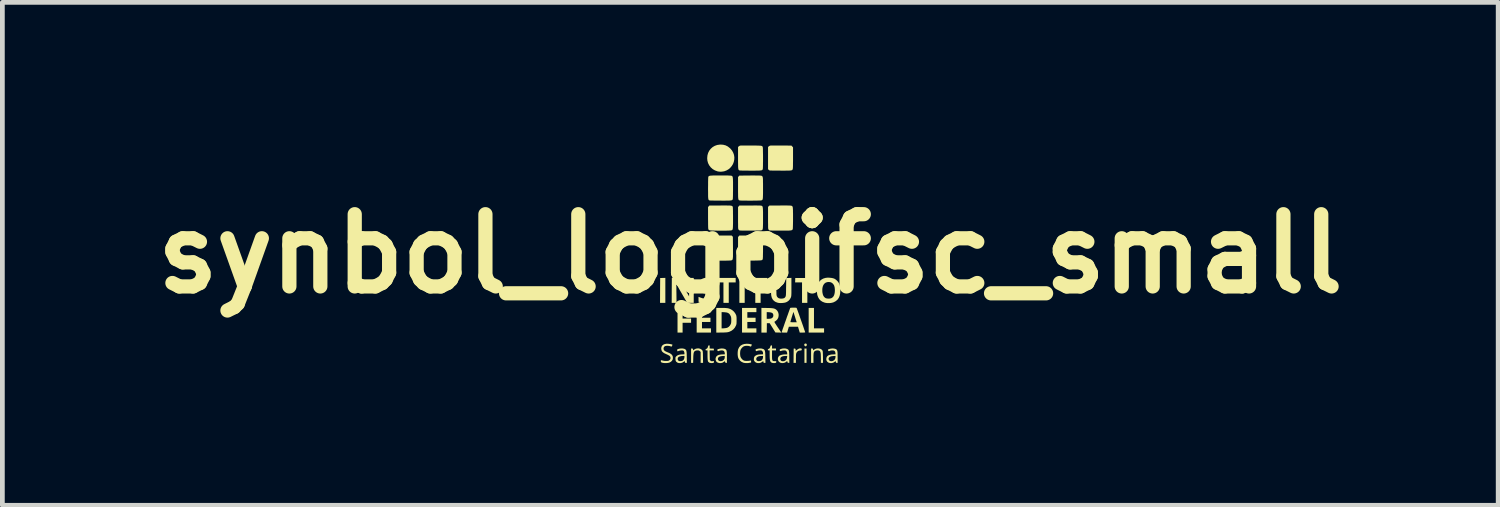
<source format=kicad_pcb>
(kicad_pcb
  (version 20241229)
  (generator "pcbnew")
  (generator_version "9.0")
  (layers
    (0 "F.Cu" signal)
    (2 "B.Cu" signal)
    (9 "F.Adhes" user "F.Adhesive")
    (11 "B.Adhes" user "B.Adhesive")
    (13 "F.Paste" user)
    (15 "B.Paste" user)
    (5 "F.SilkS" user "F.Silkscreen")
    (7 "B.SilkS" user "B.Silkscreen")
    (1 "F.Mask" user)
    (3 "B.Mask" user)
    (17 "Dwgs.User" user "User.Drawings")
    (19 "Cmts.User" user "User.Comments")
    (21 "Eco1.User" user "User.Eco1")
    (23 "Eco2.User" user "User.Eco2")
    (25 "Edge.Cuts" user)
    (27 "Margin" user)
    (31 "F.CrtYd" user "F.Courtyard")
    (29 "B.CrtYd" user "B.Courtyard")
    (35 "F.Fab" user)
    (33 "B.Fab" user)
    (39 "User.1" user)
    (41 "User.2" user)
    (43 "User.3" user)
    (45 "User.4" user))
  (footprint "synbol_logoifsc_small"
    (layer "F.Cu")
    (at 12.78 2.304)
    (property "Reference" "synbol_logoifsc_small" (at 0 0 0) (layer "F.SilkS") (effects (font (size 1.524 1.524) (thickness 0.3))))
    (attr board_only exclude_from_pos_files exclude_from_bom)
    (fp_poly (pts (xy -0.118 1.036) (xy -0.23 1.036) (xy -0.23 0.51) (xy -0.118 0.51)) (stroke (width 0) (type solid)) (fill yes) (layer "F.SilkS"))
    (fp_poly (pts (xy 1.187 2.302) (xy 1.143 2.302) (xy 1.143 2) (xy 1.187 2)) (stroke (width 0) (type solid)) (fill yes) (layer "F.SilkS"))
    (fp_poly (pts (xy -1.792 1.036) (xy -1.904 1.036) (xy -1.903 0.774) (xy -1.901 0.512) (xy -1.792 0.509)) (stroke (width 0) (type solid)) (fill yes) (layer "F.SilkS"))
    (fp_poly (pts (xy 1.344 1.574) (xy 1.557 1.574) (xy 1.557 1.663) (xy 1.232 1.663) (xy 1.232 1.143) (xy 1.344 1.143)) (stroke (width 0) (type solid)) (fill yes) (layer "F.SilkS"))
    (fp_poly (pts (xy -0.308 0.605) (xy -0.454 0.605) (xy -0.454 1.036) (xy -0.566 1.036) (xy -0.566 0.605) (xy -0.706 0.605) (xy -0.706 0.51) (xy -0.308 0.51)) (stroke (width 0) (type solid)) (fill yes) (layer "F.SilkS"))
    (fp_poly (pts (xy 0.358 0.605) (xy 0.218 0.605) (xy 0.218 1.036) (xy 0.106 1.036) (xy 0.106 0.605) (xy -0.034 0.605) (xy -0.034 0.51) (xy 0.358 0.51)) (stroke (width 0) (type solid)) (fill yes) (layer "F.SilkS"))
    (fp_poly (pts (xy -1.238 1.232) (xy -1.428 1.232) (xy -1.428 1.367) (xy -1.249 1.367) (xy -1.249 1.456) (xy -1.428 1.456) (xy -1.428 1.663) (xy -1.535 1.663) (xy -1.535 1.143) (xy -1.238 1.143)) (stroke (width 0) (type solid)) (fill yes) (layer "F.SilkS"))
    (fp_poly (pts (xy 1.344 0.605) (xy 1.204 0.605) (xy 1.204 1.036) (xy 1.092 1.036) (xy 1.092 0.605) (xy 0.946 0.605) (xy 0.948 0.559) (xy 0.949 0.512) (xy 1.147 0.511) (xy 1.344 0.51)) (stroke (width 0) (type solid)) (fill yes) (layer "F.SilkS"))
    (fp_poly (pts (xy -0.829 1.232) (xy -1.019 1.232) (xy -1.019 1.35) (xy -0.84 1.35) (xy -0.84 1.439) (xy -1.019 1.439) (xy -1.019 1.574) (xy -0.829 1.574) (xy -0.829 1.663) (xy -1.131 1.663) (xy -1.131 1.143) (xy -0.829 1.143)) (stroke (width 0) (type solid)) (fill yes) (layer "F.SilkS"))
    (fp_poly (pts (xy 0.129 1.232) (xy -0.062 1.232) (xy -0.062 1.35) (xy 0.112 1.35) (xy 0.112 1.439) (xy -0.062 1.439) (xy -0.062 1.574) (xy 0.129 1.574) (xy 0.129 1.663) (xy -0.174 1.663) (xy -0.174 1.143) (xy 0.129 1.143)) (stroke (width 0) (type solid)) (fill yes) (layer "F.SilkS"))
    (fp_poly (pts (xy 1.179 1.896) (xy 1.19 1.906) (xy 1.193 1.921) (xy 1.189 1.939) (xy 1.179 1.95) (xy 1.166 1.954) (xy 1.153 1.949) (xy 1.145 1.94) (xy 1.138 1.923) (xy 1.141 1.908) (xy 1.151 1.897) (xy 1.161 1.894)) (stroke (width 0) (type solid)) (fill yes) (layer "F.SilkS"))
    (fp_poly (pts (xy -1.193 1.036) (xy -1.332 1.036) (xy -1.445 0.839) (xy -1.47 0.796) (xy -1.493 0.756) (xy -1.513 0.721) (xy -1.53 0.69) (xy -1.544 0.666) (xy -1.554 0.65) (xy -1.559 0.641) (xy -1.559 0.64) (xy -1.56 0.645) (xy -1.56 0.66) (xy -1.56 0.684) (xy -1.559 0.715) (xy -1.559 0.753) (xy -1.559 0.795) (xy -1.558 0.838) (xy -1.556 1.036) (xy -1.658 1.036) (xy -1.657 0.774) (xy -1.655 0.512) (xy -1.515 0.512) (xy -1.403 0.706) (xy -1.291 0.899) (xy -1.29 0.704) (xy -1.288 0.51) (xy -1.193 0.51)) (stroke (width 0) (type solid)) (fill yes) (layer "F.SilkS"))
    (fp_poly (pts (xy 1.07 1.997) (xy 1.082 2.002) (xy 1.086 2.011) (xy 1.086 2.015) (xy 1.085 2.03) (xy 1.079 2.038) (xy 1.065 2.041) (xy 1.05 2.042) (xy 1.02 2.047) (xy 0.996 2.061) (xy 0.977 2.085) (xy 0.974 2.091) (xy 0.97 2.102) (xy 0.967 2.114) (xy 0.965 2.13) (xy 0.964 2.151) (xy 0.964 2.181) (xy 0.963 2.208) (xy 0.963 2.302) (xy 0.913 2.302) (xy 0.914 2.152) (xy 0.916 2.002) (xy 0.932 2) (xy 0.946 2.002) (xy 0.955 2.01) (xy 0.958 2.028) (xy 0.958 2.032) (xy 0.958 2.051) (xy 0.982 2.029) (xy 1.009 2.01) (xy 1.036 1.998) (xy 1.063 1.996)) (stroke (width 0) (type solid)) (fill yes) (layer "F.SilkS"))
    (fp_poly (pts (xy -0.572 -2.3) (xy -0.521 -2.287) (xy -0.475 -2.264) (xy -0.432 -2.23) (xy -0.42 -2.219) (xy -0.384 -2.176) (xy -0.359 -2.13) (xy -0.343 -2.083) (xy -0.336 -2.034) (xy -0.338 -1.986) (xy -0.348 -1.938) (xy -0.365 -1.893) (xy -0.39 -1.852) (xy -0.421 -1.815) (xy -0.458 -1.783) (xy -0.501 -1.758) (xy -0.55 -1.74) (xy -0.603 -1.732) (xy -0.627 -1.731) (xy -0.653 -1.733) (xy -0.68 -1.736) (xy -0.695 -1.74) (xy -0.747 -1.759) (xy -0.794 -1.787) (xy -0.834 -1.823) (xy -0.867 -1.866) (xy -0.891 -1.914) (xy -0.905 -1.966) (xy -0.909 -2.016) (xy -0.904 -2.074) (xy -0.89 -2.126) (xy -0.866 -2.174) (xy -0.834 -2.215) (xy -0.795 -2.25) (xy -0.749 -2.277) (xy -0.698 -2.295) (xy -0.643 -2.303) (xy -0.627 -2.304)) (stroke (width 0) (type solid)) (fill yes) (layer "F.SilkS"))
    (fp_poly (pts (xy -1.062 2.003) (xy -1.035 2.016) (xy -1.014 2.035) (xy -1.01 2.041) (xy -1.007 2.048) (xy -1.004 2.056) (xy -1.002 2.068) (xy -1.001 2.084) (xy -0.999 2.107) (xy -0.999 2.138) (xy -0.998 2.179) (xy -0.998 2.18) (xy -0.996 2.302) (xy -1.047 2.302) (xy -1.047 2.071) (xy -1.064 2.055) (xy -1.075 2.046) (xy -1.086 2.041) (xy -1.102 2.039) (xy -1.113 2.039) (xy -1.141 2.041) (xy -1.162 2.049) (xy -1.164 2.05) (xy -1.176 2.059) (xy -1.185 2.069) (xy -1.191 2.083) (xy -1.196 2.102) (xy -1.199 2.127) (xy -1.202 2.161) (xy -1.203 2.203) (xy -1.206 2.302) (xy -1.249 2.302) (xy -1.249 2) (xy -1.23 2) (xy -1.217 2.001) (xy -1.211 2.006) (xy -1.207 2.019) (xy -1.204 2.039) (xy -1.183 2.022) (xy -1.155 2.006) (xy -1.124 1.998) (xy -1.092 1.997)) (stroke (width 0) (type solid)) (fill yes) (layer "F.SilkS"))
    (fp_poly (pts (xy -0.38 -0.371) (xy -0.367 -0.358) (xy -0.365 -0.129) (xy -0.365 -0.068) (xy -0.365 -0.018) (xy -0.365 0.023) (xy -0.365 0.055) (xy -0.367 0.081) (xy -0.369 0.1) (xy -0.372 0.114) (xy -0.375 0.124) (xy -0.381 0.13) (xy -0.387 0.135) (xy -0.395 0.138) (xy -0.402 0.14) (xy -0.414 0.142) (xy -0.436 0.143) (xy -0.465 0.144) (xy -0.501 0.145) (xy -0.541 0.146) (xy -0.584 0.146) (xy -0.629 0.146) (xy -0.674 0.145) (xy -0.718 0.145) (xy -0.758 0.144) (xy -0.794 0.143) (xy -0.824 0.141) (xy -0.846 0.14) (xy -0.859 0.138) (xy -0.861 0.137) (xy -0.875 0.129) (xy -0.884 0.119) (xy -0.884 0.118) (xy -0.886 0.109) (xy -0.888 0.089) (xy -0.889 0.058) (xy -0.89 0.016) (xy -0.89 -0.037) (xy -0.891 -0.102) (xy -0.891 -0.123) (xy -0.891 -0.352) (xy -0.864 -0.384) (xy -0.392 -0.384)) (stroke (width 0) (type solid)) (fill yes) (layer "F.SilkS"))
    (fp_poly (pts (xy 1.458 2) (xy 1.486 2.009) (xy 1.509 2.024) (xy 1.522 2.04) (xy 1.525 2.048) (xy 1.528 2.058) (xy 1.53 2.071) (xy 1.531 2.091) (xy 1.532 2.117) (xy 1.533 2.151) (xy 1.534 2.18) (xy 1.535 2.302) (xy 1.49 2.302) (xy 1.49 2.205) (xy 1.489 2.161) (xy 1.488 2.127) (xy 1.486 2.101) (xy 1.482 2.082) (xy 1.477 2.068) (xy 1.471 2.057) (xy 1.465 2.051) (xy 1.447 2.042) (xy 1.423 2.038) (xy 1.397 2.04) (xy 1.374 2.047) (xy 1.368 2.05) (xy 1.356 2.058) (xy 1.348 2.068) (xy 1.342 2.08) (xy 1.337 2.098) (xy 1.335 2.122) (xy 1.333 2.153) (xy 1.333 2.194) (xy 1.333 2.201) (xy 1.333 2.302) (xy 1.283 2.302) (xy 1.283 2) (xy 1.302 2) (xy 1.315 2.001) (xy 1.322 2.006) (xy 1.325 2.019) (xy 1.329 2.039) (xy 1.341 2.029) (xy 1.366 2.011) (xy 1.396 2.001) (xy 1.427 1.997)) (stroke (width 0) (type solid)) (fill yes) (layer "F.SilkS"))
    (fp_poly (pts (xy 0.6 -2.284) (xy 0.648 -2.284) (xy 0.654 -2.284) (xy 0.869 -2.282) (xy 0.885 -2.264) (xy 0.902 -2.246) (xy 0.902 -2.022) (xy 0.902 -1.96) (xy 0.901 -1.908) (xy 0.901 -1.866) (xy 0.9 -1.833) (xy 0.899 -1.809) (xy 0.897 -1.793) (xy 0.895 -1.784) (xy 0.895 -1.784) (xy 0.891 -1.776) (xy 0.887 -1.77) (xy 0.881 -1.765) (xy 0.873 -1.761) (xy 0.86 -1.759) (xy 0.843 -1.756) (xy 0.82 -1.755) (xy 0.79 -1.754) (xy 0.753 -1.754) (xy 0.706 -1.753) (xy 0.649 -1.753) (xy 0.637 -1.754) (xy 0.589 -1.754) (xy 0.543 -1.754) (xy 0.502 -1.754) (xy 0.467 -1.755) (xy 0.439 -1.756) (xy 0.42 -1.756) (xy 0.41 -1.757) (xy 0.409 -1.757) (xy 0.399 -1.763) (xy 0.388 -1.772) (xy 0.375 -1.783) (xy 0.375 -2.252) (xy 0.389 -2.265) (xy 0.404 -2.276) (xy 0.421 -2.282) (xy 0.431 -2.283) (xy 0.45 -2.284) (xy 0.478 -2.284) (xy 0.513 -2.284) (xy 0.554 -2.284)) (stroke (width 0) (type solid)) (fill yes) (layer "F.SilkS"))
    (fp_poly (pts (xy -0.863 1.933) (xy -0.859 1.937) (xy -0.857 1.947) (xy -0.857 1.965) (xy -0.857 1.999) (xy -0.814 2.001) (xy -0.77 2.002) (xy -0.768 2.021) (xy -0.767 2.039) (xy -0.858 2.039) (xy -0.856 2.14) (xy -0.854 2.241) (xy -0.838 2.256) (xy -0.826 2.264) (xy -0.814 2.268) (xy -0.797 2.267) (xy -0.794 2.266) (xy -0.767 2.263) (xy -0.767 2.282) (xy -0.769 2.295) (xy -0.775 2.301) (xy -0.785 2.304) (xy -0.821 2.307) (xy -0.852 2.302) (xy -0.863 2.298) (xy -0.875 2.29) (xy -0.885 2.282) (xy -0.892 2.27) (xy -0.896 2.254) (xy -0.899 2.231) (xy -0.901 2.201) (xy -0.902 2.162) (xy -0.902 2.144) (xy -0.902 2.039) (xy -0.924 2.039) (xy -0.941 2.036) (xy -0.947 2.029) (xy -0.944 2.02) (xy -0.932 2.009) (xy -0.925 2.005) (xy -0.911 1.997) (xy -0.903 1.987) (xy -0.896 1.971) (xy -0.894 1.963) (xy -0.888 1.945) (xy -0.882 1.936) (xy -0.875 1.933) (xy -0.871 1.932)) (stroke (width 0) (type solid)) (fill yes) (layer "F.SilkS"))
    (fp_poly (pts (xy 0.457 1.936) (xy 0.459 1.944) (xy 0.459 1.96) (xy 0.459 1.966) (xy 0.459 2) (xy 0.543 2) (xy 0.543 2.039) (xy 0.459 2.039) (xy 0.459 2.139) (xy 0.459 2.18) (xy 0.46 2.211) (xy 0.463 2.233) (xy 0.467 2.248) (xy 0.474 2.258) (xy 0.483 2.263) (xy 0.497 2.265) (xy 0.515 2.265) (xy 0.534 2.265) (xy 0.544 2.267) (xy 0.548 2.271) (xy 0.549 2.279) (xy 0.549 2.281) (xy 0.546 2.294) (xy 0.535 2.302) (xy 0.512 2.307) (xy 0.486 2.306) (xy 0.462 2.302) (xy 0.456 2.3) (xy 0.442 2.292) (xy 0.43 2.281) (xy 0.422 2.267) (xy 0.416 2.248) (xy 0.412 2.222) (xy 0.41 2.188) (xy 0.409 2.144) (xy 0.409 2.133) (xy 0.409 2.039) (xy 0.389 2.039) (xy 0.376 2.038) (xy 0.37 2.033) (xy 0.37 2.026) (xy 0.373 2.016) (xy 0.386 2.007) (xy 0.39 2.005) (xy 0.402 1.999) (xy 0.41 1.99) (xy 0.417 1.975) (xy 0.42 1.966) (xy 0.426 1.948) (xy 0.431 1.938) (xy 0.439 1.934) (xy 0.444 1.933) (xy 0.452 1.933)) (stroke (width 0) (type solid)) (fill yes) (layer "F.SilkS"))
    (fp_poly (pts (xy 0.354 1.144) (xy 0.402 1.145) (xy 0.44 1.147) (xy 0.47 1.15) (xy 0.494 1.154) (xy 0.513 1.16) (xy 0.53 1.168) (xy 0.545 1.178) (xy 0.551 1.183) (xy 0.574 1.209) (xy 0.59 1.241) (xy 0.598 1.276) (xy 0.598 1.313) (xy 0.59 1.349) (xy 0.575 1.378) (xy 0.564 1.392) (xy 0.548 1.407) (xy 0.53 1.422) (xy 0.515 1.432) (xy 0.509 1.435) (xy 0.51 1.44) (xy 0.517 1.454) (xy 0.529 1.475) (xy 0.548 1.504) (xy 0.571 1.539) (xy 0.579 1.551) (xy 0.656 1.664) (xy 0.593 1.662) (xy 0.53 1.661) (xy 0.47 1.563) (xy 0.409 1.465) (xy 0.35 1.465) (xy 0.349 1.564) (xy 0.347 1.663) (xy 0.235 1.663) (xy 0.235 1.231) (xy 0.347 1.231) (xy 0.347 1.372) (xy 0.387 1.372) (xy 0.41 1.371) (xy 0.431 1.368) (xy 0.445 1.364) (xy 0.467 1.35) (xy 0.482 1.329) (xy 0.487 1.305) (xy 0.484 1.279) (xy 0.475 1.26) (xy 0.457 1.246) (xy 0.431 1.238) (xy 0.395 1.233) (xy 0.394 1.233) (xy 0.347 1.231) (xy 0.235 1.231) (xy 0.235 1.142)) (stroke (width 0) (type solid)) (fill yes) (layer "F.SilkS"))
    (fp_poly (pts (xy -0.486 -1.018) (xy -0.453 -1.018) (xy -0.428 -1.017) (xy -0.409 -1.015) (xy -0.395 -1.012) (xy -0.385 -1.008) (xy -0.378 -1.004) (xy -0.374 -0.998) (xy -0.371 -0.991) (xy -0.369 -0.988) (xy -0.368 -0.979) (xy -0.367 -0.96) (xy -0.366 -0.932) (xy -0.365 -0.896) (xy -0.365 -0.854) (xy -0.364 -0.806) (xy -0.364 -0.753) (xy -0.364 -0.753) (xy -0.364 -0.694) (xy -0.364 -0.645) (xy -0.365 -0.605) (xy -0.366 -0.573) (xy -0.367 -0.549) (xy -0.369 -0.531) (xy -0.372 -0.517) (xy -0.376 -0.508) (xy -0.381 -0.502) (xy -0.388 -0.498) (xy -0.395 -0.495) (xy -0.398 -0.493) (xy -0.409 -0.492) (xy -0.43 -0.49) (xy -0.459 -0.489) (xy -0.494 -0.488) (xy -0.534 -0.487) (xy -0.577 -0.487) (xy -0.622 -0.487) (xy -0.667 -0.487) (xy -0.711 -0.488) (xy -0.752 -0.489) (xy -0.789 -0.49) (xy -0.82 -0.491) (xy -0.843 -0.493) (xy -0.858 -0.495) (xy -0.861 -0.495) (xy -0.875 -0.504) (xy -0.884 -0.514) (xy -0.884 -0.514) (xy -0.886 -0.524) (xy -0.888 -0.544) (xy -0.889 -0.575) (xy -0.89 -0.617) (xy -0.89 -0.67) (xy -0.891 -0.735) (xy -0.891 -0.755) (xy -0.891 -0.985) (xy -0.877 -1.001) (xy -0.864 -1.017) (xy -0.636 -1.018) (xy -0.576 -1.019) (xy -0.526 -1.019)) (stroke (width 0) (type solid)) (fill yes) (layer "F.SilkS"))
    (fp_poly (pts (xy 0.147 -0.386) (xy 0.18 -0.385) (xy 0.205 -0.384) (xy 0.224 -0.382) (xy 0.238 -0.379) (xy 0.248 -0.375) (xy 0.255 -0.371) (xy 0.259 -0.365) (xy 0.262 -0.358) (xy 0.263 -0.355) (xy 0.265 -0.346) (xy 0.266 -0.327) (xy 0.267 -0.3) (xy 0.268 -0.266) (xy 0.268 -0.227) (xy 0.269 -0.185) (xy 0.269 -0.14) (xy 0.269 -0.095) (xy 0.269 -0.05) (xy 0.268 -0.008) (xy 0.267 0.03) (xy 0.267 0.063) (xy 0.265 0.088) (xy 0.264 0.106) (xy 0.263 0.113) (xy 0.259 0.121) (xy 0.256 0.126) (xy 0.25 0.131) (xy 0.242 0.135) (xy 0.231 0.138) (xy 0.215 0.14) (xy 0.193 0.141) (xy 0.164 0.142) (xy 0.128 0.143) (xy 0.083 0.144) (xy 0.028 0.144) (xy 0.011 0.144) (xy -0.047 0.144) (xy -0.095 0.144) (xy -0.133 0.144) (xy -0.164 0.144) (xy -0.187 0.143) (xy -0.204 0.142) (xy -0.217 0.141) (xy -0.225 0.139) (xy -0.228 0.138) (xy -0.242 0.129) (xy -0.251 0.119) (xy -0.252 0.118) (xy -0.253 0.109) (xy -0.255 0.089) (xy -0.256 0.058) (xy -0.257 0.016) (xy -0.257 -0.037) (xy -0.258 -0.102) (xy -0.258 -0.123) (xy -0.258 -0.352) (xy -0.231 -0.384) (xy -0.003 -0.385) (xy 0.057 -0.386) (xy 0.107 -0.386)) (stroke (width 0) (type solid)) (fill yes) (layer "F.SilkS"))
    (fp_poly (pts (xy 0.113 -1.651) (xy 0.159 -1.651) (xy 0.193 -1.65) (xy 0.217 -1.649) (xy 0.23 -1.647) (xy 0.231 -1.647) (xy 0.24 -1.644) (xy 0.247 -1.641) (xy 0.253 -1.636) (xy 0.258 -1.628) (xy 0.262 -1.618) (xy 0.265 -1.602) (xy 0.267 -1.581) (xy 0.268 -1.553) (xy 0.268 -1.518) (xy 0.269 -1.474) (xy 0.269 -1.421) (xy 0.269 -1.386) (xy 0.269 -1.327) (xy 0.269 -1.278) (xy 0.268 -1.238) (xy 0.267 -1.207) (xy 0.266 -1.182) (xy 0.264 -1.164) (xy 0.261 -1.15) (xy 0.257 -1.141) (xy 0.252 -1.135) (xy 0.245 -1.131) (xy 0.238 -1.128) (xy 0.235 -1.126) (xy 0.225 -1.125) (xy 0.206 -1.124) (xy 0.178 -1.123) (xy 0.144 -1.122) (xy 0.105 -1.121) (xy 0.063 -1.121) (xy 0.018 -1.12) (xy -0.027 -1.12) (xy -0.071 -1.121) (xy -0.112 -1.121) (xy -0.15 -1.122) (xy -0.181 -1.122) (xy -0.206 -1.123) (xy -0.222 -1.125) (xy -0.228 -1.126) (xy -0.235 -1.129) (xy -0.241 -1.132) (xy -0.245 -1.137) (xy -0.249 -1.145) (xy -0.252 -1.156) (xy -0.254 -1.171) (xy -0.256 -1.192) (xy -0.257 -1.22) (xy -0.257 -1.255) (xy -0.258 -1.299) (xy -0.258 -1.353) (xy -0.258 -1.387) (xy -0.258 -1.618) (xy -0.244 -1.634) (xy -0.231 -1.649) (xy -0.01 -1.651) (xy 0.057 -1.652)) (stroke (width 0) (type solid)) (fill yes) (layer "F.SilkS"))
    (fp_poly (pts (xy 0.747 -1.019) (xy 0.792 -1.018) (xy 0.827 -1.017) (xy 0.85 -1.016) (xy 0.863 -1.014) (xy 0.864 -1.014) (xy 0.873 -1.011) (xy 0.88 -1.008) (xy 0.886 -1.003) (xy 0.891 -0.996) (xy 0.895 -0.985) (xy 0.898 -0.969) (xy 0.899 -0.948) (xy 0.901 -0.92) (xy 0.901 -0.885) (xy 0.902 -0.841) (xy 0.902 -0.788) (xy 0.902 -0.754) (xy 0.902 -0.69) (xy 0.901 -0.636) (xy 0.9 -0.593) (xy 0.899 -0.56) (xy 0.898 -0.537) (xy 0.897 -0.523) (xy 0.895 -0.519) (xy 0.892 -0.511) (xy 0.887 -0.505) (xy 0.88 -0.5) (xy 0.871 -0.496) (xy 0.857 -0.493) (xy 0.839 -0.491) (xy 0.814 -0.489) (xy 0.782 -0.488) (xy 0.742 -0.488) (xy 0.693 -0.488) (xy 0.638 -0.488) (xy 0.589 -0.488) (xy 0.544 -0.489) (xy 0.503 -0.489) (xy 0.468 -0.489) (xy 0.44 -0.49) (xy 0.421 -0.491) (xy 0.411 -0.491) (xy 0.41 -0.491) (xy 0.398 -0.497) (xy 0.387 -0.508) (xy 0.384 -0.512) (xy 0.382 -0.517) (xy 0.38 -0.523) (xy 0.378 -0.532) (xy 0.377 -0.546) (xy 0.376 -0.564) (xy 0.376 -0.589) (xy 0.376 -0.62) (xy 0.375 -0.66) (xy 0.375 -0.709) (xy 0.375 -0.756) (xy 0.375 -0.989) (xy 0.39 -1.003) (xy 0.404 -1.017) (xy 0.624 -1.018) (xy 0.691 -1.019)) (stroke (width 0) (type solid)) (fill yes) (layer "F.SilkS"))
    (fp_poly (pts (xy 0.152 -1.018) (xy 0.185 -1.018) (xy 0.21 -1.017) (xy 0.226 -1.015) (xy 0.236 -1.014) (xy 0.237 -1.013) (xy 0.244 -1.01) (xy 0.251 -1.006) (xy 0.256 -1) (xy 0.26 -0.992) (xy 0.263 -0.979) (xy 0.265 -0.963) (xy 0.267 -0.94) (xy 0.268 -0.911) (xy 0.269 -0.873) (xy 0.269 -0.827) (xy 0.269 -0.772) (xy 0.269 -0.753) (xy 0.269 -0.694) (xy 0.269 -0.645) (xy 0.268 -0.605) (xy 0.267 -0.574) (xy 0.266 -0.549) (xy 0.264 -0.531) (xy 0.261 -0.518) (xy 0.257 -0.508) (xy 0.252 -0.502) (xy 0.245 -0.498) (xy 0.238 -0.495) (xy 0.235 -0.493) (xy 0.226 -0.492) (xy 0.207 -0.491) (xy 0.18 -0.49) (xy 0.147 -0.49) (xy 0.108 -0.489) (xy 0.066 -0.488) (xy 0.022 -0.488) (xy -0.023 -0.488) (xy -0.066 -0.488) (xy -0.108 -0.488) (xy -0.145 -0.488) (xy -0.177 -0.489) (xy -0.202 -0.49) (xy -0.218 -0.491) (xy -0.223 -0.491) (xy -0.235 -0.497) (xy -0.246 -0.508) (xy -0.249 -0.512) (xy -0.251 -0.517) (xy -0.253 -0.523) (xy -0.255 -0.533) (xy -0.256 -0.546) (xy -0.257 -0.565) (xy -0.257 -0.589) (xy -0.257 -0.621) (xy -0.258 -0.661) (xy -0.258 -0.71) (xy -0.258 -0.754) (xy -0.258 -0.985) (xy -0.244 -1.001) (xy -0.231 -1.017) (xy -0.005 -1.018) (xy 0.058 -1.018) (xy 0.11 -1.019)) (stroke (width 0) (type solid)) (fill yes) (layer "F.SilkS"))
    (fp_poly (pts (xy -0.05 1.9) (xy -0.025 1.902) (xy -0.002 1.906) (xy 0.017 1.91) (xy 0.03 1.915) (xy 0.034 1.919) (xy 0.031 1.925) (xy 0.026 1.936) (xy 0.02 1.949) (xy 0.015 1.957) (xy 0.014 1.959) (xy 0.009 1.958) (xy -0.004 1.954) (xy -0.012 1.951) (xy -0.04 1.944) (xy -0.073 1.942) (xy -0.104 1.944) (xy -0.131 1.951) (xy -0.138 1.954) (xy -0.165 1.973) (xy -0.188 1.999) (xy -0.205 2.028) (xy -0.208 2.038) (xy -0.213 2.067) (xy -0.215 2.103) (xy -0.213 2.138) (xy -0.208 2.169) (xy -0.208 2.17) (xy -0.195 2.197) (xy -0.175 2.223) (xy -0.152 2.244) (xy -0.126 2.256) (xy -0.123 2.257) (xy -0.103 2.26) (xy -0.076 2.261) (xy -0.045 2.26) (xy -0.016 2.257) (xy 0.001 2.254) (xy 0.011 2.252) (xy 0.016 2.256) (xy 0.017 2.267) (xy 0.017 2.273) (xy 0.017 2.295) (xy -0.015 2.301) (xy -0.047 2.306) (xy -0.082 2.307) (xy -0.115 2.305) (xy -0.141 2.3) (xy -0.143 2.3) (xy -0.184 2.281) (xy -0.217 2.255) (xy -0.243 2.221) (xy -0.255 2.195) (xy -0.262 2.165) (xy -0.266 2.128) (xy -0.266 2.089) (xy -0.263 2.051) (xy -0.256 2.018) (xy -0.252 2.008) (xy -0.232 1.969) (xy -0.204 1.939) (xy -0.168 1.917) (xy -0.126 1.904) (xy -0.076 1.899) (xy -0.074 1.899)) (stroke (width 0) (type solid)) (fill yes) (layer "F.SilkS"))
    (fp_poly (pts (xy 0.868 0.7) (xy 0.868 0.751) (xy 0.868 0.793) (xy 0.868 0.826) (xy 0.867 0.852) (xy 0.866 0.872) (xy 0.865 0.887) (xy 0.863 0.899) (xy 0.861 0.908) (xy 0.858 0.918) (xy 0.856 0.923) (xy 0.838 0.957) (xy 0.811 0.989) (xy 0.778 1.013) (xy 0.753 1.025) (xy 0.723 1.033) (xy 0.686 1.038) (xy 0.647 1.04) (xy 0.61 1.039) (xy 0.58 1.034) (xy 0.578 1.033) (xy 0.534 1.017) (xy 0.499 0.993) (xy 0.472 0.963) (xy 0.453 0.925) (xy 0.443 0.884) (xy 0.441 0.867) (xy 0.439 0.839) (xy 0.438 0.803) (xy 0.438 0.759) (xy 0.438 0.708) (xy 0.438 0.681) (xy 0.44 0.512) (xy 0.494 0.511) (xy 0.548 0.509) (xy 0.55 0.696) (xy 0.55 0.747) (xy 0.551 0.787) (xy 0.552 0.82) (xy 0.552 0.844) (xy 0.553 0.863) (xy 0.555 0.876) (xy 0.557 0.886) (xy 0.559 0.893) (xy 0.562 0.899) (xy 0.563 0.902) (xy 0.579 0.923) (xy 0.599 0.937) (xy 0.625 0.945) (xy 0.655 0.947) (xy 0.688 0.944) (xy 0.713 0.937) (xy 0.731 0.924) (xy 0.743 0.906) (xy 0.746 0.9) (xy 0.748 0.892) (xy 0.75 0.882) (xy 0.752 0.867) (xy 0.753 0.846) (xy 0.754 0.82) (xy 0.755 0.785) (xy 0.755 0.741) (xy 0.756 0.7) (xy 0.759 0.512) (xy 0.814 0.511) (xy 0.868 0.509)) (stroke (width 0) (type solid)) (fill yes) (layer "F.SilkS"))
    (fp_poly (pts (xy -0.564 1.143) (xy -0.527 1.144) (xy -0.496 1.147) (xy -0.471 1.15) (xy -0.449 1.156) (xy -0.428 1.164) (xy -0.411 1.171) (xy -0.378 1.192) (xy -0.346 1.22) (xy -0.32 1.253) (xy -0.302 1.287) (xy -0.296 1.301) (xy -0.293 1.315) (xy -0.291 1.331) (xy -0.289 1.351) (xy -0.289 1.379) (xy -0.289 1.4) (xy -0.289 1.434) (xy -0.29 1.458) (xy -0.291 1.477) (xy -0.294 1.491) (xy -0.298 1.505) (xy -0.301 1.512) (xy -0.325 1.558) (xy -0.357 1.595) (xy -0.397 1.625) (xy -0.445 1.647) (xy -0.448 1.648) (xy -0.462 1.652) (xy -0.477 1.655) (xy -0.494 1.658) (xy -0.515 1.659) (xy -0.543 1.661) (xy -0.579 1.662) (xy -0.601 1.662) (xy -0.717 1.664) (xy -0.717 1.231) (xy -0.605 1.231) (xy -0.605 1.575) (xy -0.556 1.573) (xy -0.53 1.57) (xy -0.506 1.566) (xy -0.488 1.562) (xy -0.484 1.56) (xy -0.453 1.541) (xy -0.428 1.513) (xy -0.414 1.488) (xy -0.407 1.472) (xy -0.404 1.457) (xy -0.402 1.438) (xy -0.401 1.412) (xy -0.401 1.4) (xy -0.401 1.371) (xy -0.403 1.35) (xy -0.406 1.333) (xy -0.412 1.318) (xy -0.414 1.313) (xy -0.43 1.284) (xy -0.449 1.262) (xy -0.473 1.247) (xy -0.504 1.238) (xy -0.543 1.234) (xy -0.55 1.233) (xy -0.605 1.231) (xy -0.717 1.231) (xy -0.717 1.143) (xy -0.611 1.143)) (stroke (width 0) (type solid)) (fill yes) (layer "F.SilkS"))
    (fp_poly (pts (xy -0.033 -2.284) (xy 0.015 -2.284) (xy 0.02 -2.284) (xy 0.076 -2.284) (xy 0.123 -2.283) (xy 0.161 -2.282) (xy 0.19 -2.281) (xy 0.213 -2.28) (xy 0.229 -2.278) (xy 0.241 -2.275) (xy 0.25 -2.271) (xy 0.255 -2.266) (xy 0.259 -2.26) (xy 0.263 -2.253) (xy 0.263 -2.253) (xy 0.264 -2.244) (xy 0.266 -2.226) (xy 0.267 -2.199) (xy 0.267 -2.166) (xy 0.268 -2.127) (xy 0.269 -2.085) (xy 0.269 -2.04) (xy 0.269 -1.995) (xy 0.269 -1.951) (xy 0.268 -1.909) (xy 0.268 -1.87) (xy 0.267 -1.837) (xy 0.266 -1.811) (xy 0.265 -1.793) (xy 0.263 -1.785) (xy 0.26 -1.777) (xy 0.256 -1.771) (xy 0.25 -1.766) (xy 0.242 -1.762) (xy 0.229 -1.759) (xy 0.211 -1.757) (xy 0.188 -1.755) (xy 0.157 -1.754) (xy 0.119 -1.754) (xy 0.071 -1.753) (xy 0.014 -1.753) (xy 0.004 -1.753) (xy -0.045 -1.754) (xy -0.09 -1.754) (xy -0.132 -1.755) (xy -0.167 -1.755) (xy -0.196 -1.756) (xy -0.216 -1.757) (xy -0.227 -1.758) (xy -0.228 -1.759) (xy -0.235 -1.762) (xy -0.241 -1.765) (xy -0.245 -1.77) (xy -0.249 -1.778) (xy -0.252 -1.789) (xy -0.254 -1.804) (xy -0.256 -1.825) (xy -0.257 -1.853) (xy -0.257 -1.888) (xy -0.258 -1.932) (xy -0.258 -1.985) (xy -0.258 -2.021) (xy -0.258 -2.252) (xy -0.244 -2.265) (xy -0.229 -2.276) (xy -0.212 -2.282) (xy -0.202 -2.283) (xy -0.183 -2.284) (xy -0.155 -2.284) (xy -0.119 -2.284) (xy -0.079 -2.284)) (stroke (width 0) (type solid)) (fill yes) (layer "F.SilkS"))
    (fp_poly (pts (xy 1.766 2) (xy 1.798 2.008) (xy 1.807 2.012) (xy 1.818 2.019) (xy 1.826 2.027) (xy 1.832 2.038) (xy 1.837 2.053) (xy 1.84 2.073) (xy 1.842 2.101) (xy 1.842 2.137) (xy 1.843 2.181) (xy 1.843 2.302) (xy 1.826 2.302) (xy 1.812 2.299) (xy 1.805 2.287) (xy 1.803 2.273) (xy 1.803 2.267) (xy 1.798 2.267) (xy 1.789 2.274) (xy 1.782 2.279) (xy 1.751 2.298) (xy 1.716 2.307) (xy 1.681 2.306) (xy 1.647 2.295) (xy 1.624 2.278) (xy 1.609 2.255) (xy 1.603 2.227) (xy 1.604 2.218) (xy 1.652 2.218) (xy 1.657 2.239) (xy 1.67 2.255) (xy 1.689 2.265) (xy 1.713 2.267) (xy 1.739 2.262) (xy 1.753 2.256) (xy 1.777 2.238) (xy 1.792 2.214) (xy 1.798 2.183) (xy 1.798 2.179) (xy 1.798 2.155) (xy 1.751 2.158) (xy 1.711 2.163) (xy 1.682 2.173) (xy 1.663 2.188) (xy 1.653 2.207) (xy 1.652 2.218) (xy 1.604 2.218) (xy 1.607 2.197) (xy 1.613 2.18) (xy 1.627 2.159) (xy 1.65 2.143) (xy 1.681 2.132) (xy 1.721 2.125) (xy 1.744 2.124) (xy 1.799 2.121) (xy 1.796 2.093) (xy 1.791 2.068) (xy 1.779 2.051) (xy 1.759 2.041) (xy 1.733 2.039) (xy 1.711 2.04) (xy 1.69 2.044) (xy 1.682 2.047) (xy 1.664 2.054) (xy 1.653 2.054) (xy 1.646 2.048) (xy 1.642 2.039) (xy 1.639 2.027) (xy 1.642 2.021) (xy 1.652 2.015) (xy 1.656 2.013) (xy 1.692 2.003) (xy 1.73 1.998)) (stroke (width 0) (type solid)) (fill yes) (layer "F.SilkS"))
    (fp_poly (pts (xy -0.569 2) (xy -0.537 2.008) (xy -0.529 2.012) (xy -0.518 2.019) (xy -0.509 2.027) (xy -0.503 2.038) (xy -0.499 2.053) (xy -0.496 2.073) (xy -0.494 2.101) (xy -0.493 2.137) (xy -0.493 2.181) (xy -0.493 2.302) (xy -0.509 2.302) (xy -0.523 2.299) (xy -0.531 2.287) (xy -0.532 2.273) (xy -0.533 2.267) (xy -0.537 2.267) (xy -0.547 2.274) (xy -0.553 2.279) (xy -0.585 2.298) (xy -0.62 2.307) (xy -0.657 2.306) (xy -0.688 2.296) (xy -0.707 2.285) (xy -0.719 2.269) (xy -0.723 2.262) (xy -0.732 2.234) (xy -0.732 2.218) (xy -0.683 2.218) (xy -0.679 2.239) (xy -0.666 2.255) (xy -0.646 2.265) (xy -0.623 2.267) (xy -0.596 2.262) (xy -0.582 2.256) (xy -0.558 2.238) (xy -0.543 2.214) (xy -0.538 2.183) (xy -0.538 2.179) (xy -0.538 2.155) (xy -0.585 2.158) (xy -0.624 2.163) (xy -0.654 2.173) (xy -0.673 2.188) (xy -0.682 2.207) (xy -0.683 2.218) (xy -0.732 2.218) (xy -0.732 2.208) (xy -0.723 2.18) (xy -0.708 2.159) (xy -0.686 2.143) (xy -0.655 2.132) (xy -0.615 2.125) (xy -0.592 2.124) (xy -0.536 2.121) (xy -0.539 2.093) (xy -0.545 2.068) (xy -0.557 2.051) (xy -0.577 2.041) (xy -0.603 2.039) (xy -0.624 2.04) (xy -0.645 2.044) (xy -0.653 2.047) (xy -0.672 2.054) (xy -0.683 2.054) (xy -0.69 2.048) (xy -0.694 2.039) (xy -0.697 2.027) (xy -0.694 2.021) (xy -0.683 2.015) (xy -0.68 2.013) (xy -0.644 2.003) (xy -0.606 1.998)) (stroke (width 0) (type solid)) (fill yes) (layer "F.SilkS"))
    (fp_poly (pts (xy -0.562 -1.652) (xy -0.507 -1.652) (xy -0.463 -1.651) (xy -0.431 -1.649) (xy -0.409 -1.648) (xy -0.398 -1.646) (xy -0.39 -1.643) (xy -0.383 -1.639) (xy -0.378 -1.634) (xy -0.374 -1.626) (xy -0.37 -1.614) (xy -0.368 -1.598) (xy -0.366 -1.576) (xy -0.365 -1.547) (xy -0.364 -1.51) (xy -0.364 -1.465) (xy -0.364 -1.409) (xy -0.364 -1.387) (xy -0.364 -1.334) (xy -0.365 -1.286) (xy -0.365 -1.244) (xy -0.366 -1.208) (xy -0.367 -1.18) (xy -0.368 -1.161) (xy -0.369 -1.152) (xy -0.369 -1.152) (xy -0.373 -1.144) (xy -0.377 -1.138) (xy -0.383 -1.133) (xy -0.391 -1.129) (xy -0.404 -1.126) (xy -0.422 -1.124) (xy -0.445 -1.122) (xy -0.476 -1.121) (xy -0.514 -1.121) (xy -0.562 -1.12) (xy -0.619 -1.121) (xy -0.628 -1.121) (xy -0.677 -1.121) (xy -0.723 -1.121) (xy -0.765 -1.122) (xy -0.8 -1.123) (xy -0.829 -1.123) (xy -0.849 -1.124) (xy -0.86 -1.125) (xy -0.861 -1.126) (xy -0.868 -1.129) (xy -0.874 -1.132) (xy -0.878 -1.137) (xy -0.882 -1.145) (xy -0.885 -1.156) (xy -0.887 -1.172) (xy -0.889 -1.193) (xy -0.89 -1.221) (xy -0.89 -1.256) (xy -0.89 -1.3) (xy -0.891 -1.354) (xy -0.891 -1.385) (xy -0.89 -1.452) (xy -0.89 -1.509) (xy -0.889 -1.554) (xy -0.888 -1.588) (xy -0.887 -1.611) (xy -0.885 -1.624) (xy -0.884 -1.625) (xy -0.88 -1.632) (xy -0.875 -1.637) (xy -0.867 -1.641) (xy -0.857 -1.645) (xy -0.841 -1.648) (xy -0.821 -1.649) (xy -0.793 -1.651) (xy -0.759 -1.652) (xy -0.716 -1.652) (xy -0.663 -1.652) (xy -0.628 -1.652)) (stroke (width 0) (type solid)) (fill yes) (layer "F.SilkS"))
    (fp_poly (pts (xy 0.74 1.999) (xy 0.767 2.005) (xy 0.776 2.008) (xy 0.789 2.015) (xy 0.8 2.023) (xy 0.808 2.031) (xy 0.813 2.043) (xy 0.817 2.06) (xy 0.82 2.082) (xy 0.821 2.112) (xy 0.822 2.15) (xy 0.822 2.177) (xy 0.824 2.303) (xy 0.806 2.301) (xy 0.793 2.298) (xy 0.786 2.29) (xy 0.783 2.28) (xy 0.778 2.261) (xy 0.763 2.276) (xy 0.735 2.295) (xy 0.703 2.305) (xy 0.668 2.307) (xy 0.635 2.299) (xy 0.627 2.295) (xy 0.604 2.278) (xy 0.59 2.255) (xy 0.582 2.229) (xy 0.583 2.217) (xy 0.633 2.217) (xy 0.637 2.24) (xy 0.65 2.257) (xy 0.669 2.266) (xy 0.693 2.268) (xy 0.72 2.262) (xy 0.731 2.257) (xy 0.752 2.243) (xy 0.766 2.223) (xy 0.775 2.195) (xy 0.776 2.185) (xy 0.78 2.156) (xy 0.749 2.156) (xy 0.706 2.159) (xy 0.673 2.167) (xy 0.65 2.18) (xy 0.637 2.198) (xy 0.633 2.217) (xy 0.583 2.217) (xy 0.583 2.202) (xy 0.593 2.177) (xy 0.61 2.155) (xy 0.615 2.151) (xy 0.638 2.14) (xy 0.668 2.131) (xy 0.703 2.125) (xy 0.738 2.123) (xy 0.779 2.123) (xy 0.779 2.106) (xy 0.776 2.085) (xy 0.768 2.065) (xy 0.757 2.049) (xy 0.751 2.045) (xy 0.735 2.04) (xy 0.711 2.039) (xy 0.685 2.041) (xy 0.66 2.047) (xy 0.659 2.048) (xy 0.64 2.053) (xy 0.628 2.052) (xy 0.622 2.043) (xy 0.62 2.033) (xy 0.621 2.025) (xy 0.627 2.018) (xy 0.64 2.012) (xy 0.647 2.009) (xy 0.676 2.001) (xy 0.709 1.998)) (stroke (width 0) (type solid)) (fill yes) (layer "F.SilkS"))
    (fp_poly (pts (xy -1.728 1.9) (xy -1.703 1.903) (xy -1.678 1.907) (xy -1.658 1.912) (xy -1.645 1.916) (xy -1.642 1.918) (xy -1.643 1.924) (xy -1.647 1.936) (xy -1.649 1.941) (xy -1.656 1.954) (xy -1.663 1.959) (xy -1.668 1.958) (xy -1.698 1.948) (xy -1.731 1.943) (xy -1.763 1.942) (xy -1.789 1.946) (xy -1.801 1.951) (xy -1.819 1.965) (xy -1.828 1.985) (xy -1.83 2.008) (xy -1.823 2.029) (xy -1.809 2.046) (xy -1.797 2.054) (xy -1.778 2.064) (xy -1.754 2.075) (xy -1.739 2.081) (xy -1.7 2.098) (xy -1.671 2.116) (xy -1.651 2.136) (xy -1.638 2.159) (xy -1.636 2.167) (xy -1.632 2.201) (xy -1.638 2.233) (xy -1.654 2.26) (xy -1.679 2.282) (xy -1.711 2.298) (xy -1.715 2.299) (xy -1.743 2.304) (xy -1.777 2.307) (xy -1.812 2.306) (xy -1.845 2.302) (xy -1.848 2.301) (xy -1.869 2.295) (xy -1.881 2.288) (xy -1.887 2.277) (xy -1.887 2.265) (xy -1.887 2.254) (xy -1.885 2.248) (xy -1.878 2.247) (xy -1.864 2.249) (xy -1.845 2.254) (xy -1.815 2.26) (xy -1.783 2.262) (xy -1.753 2.262) (xy -1.728 2.258) (xy -1.717 2.254) (xy -1.697 2.239) (xy -1.685 2.219) (xy -1.682 2.197) (xy -1.687 2.174) (xy -1.702 2.155) (xy -1.705 2.153) (xy -1.718 2.145) (xy -1.738 2.134) (xy -1.762 2.123) (xy -1.775 2.117) (xy -1.814 2.099) (xy -1.842 2.08) (xy -1.862 2.06) (xy -1.873 2.036) (xy -1.878 2.008) (xy -1.879 2) (xy -1.874 1.967) (xy -1.861 1.94) (xy -1.838 1.92) (xy -1.808 1.906) (xy -1.769 1.899) (xy -1.75 1.899)) (stroke (width 0) (type solid)) (fill yes) (layer "F.SilkS"))
    (fp_poly (pts (xy 1.707 0.509) (xy 1.746 0.516) (xy 1.778 0.528) (xy 1.782 0.53) (xy 1.804 0.545) (xy 1.828 0.566) (xy 1.85 0.59) (xy 1.866 0.613) (xy 1.869 0.617) (xy 1.886 0.659) (xy 1.896 0.706) (xy 1.9 0.759) (xy 1.9 0.773) (xy 1.897 0.834) (xy 1.885 0.888) (xy 1.866 0.933) (xy 1.839 0.97) (xy 1.803 1) (xy 1.76 1.023) (xy 1.727 1.033) (xy 1.695 1.039) (xy 1.658 1.041) (xy 1.619 1.04) (xy 1.585 1.035) (xy 1.575 1.033) (xy 1.527 1.015) (xy 1.487 0.99) (xy 1.455 0.957) (xy 1.431 0.916) (xy 1.414 0.868) (xy 1.406 0.811) (xy 1.404 0.773) (xy 1.406 0.742) (xy 1.52 0.742) (xy 1.52 0.792) (xy 1.522 0.815) (xy 1.53 0.855) (xy 1.542 0.887) (xy 1.559 0.912) (xy 1.582 0.931) (xy 1.593 0.937) (xy 1.613 0.943) (xy 1.639 0.946) (xy 1.668 0.946) (xy 1.694 0.942) (xy 1.713 0.936) (xy 1.738 0.919) (xy 1.757 0.897) (xy 1.771 0.868) (xy 1.78 0.831) (xy 1.782 0.818) (xy 1.785 0.782) (xy 1.784 0.745) (xy 1.78 0.709) (xy 1.772 0.679) (xy 1.767 0.665) (xy 1.745 0.633) (xy 1.718 0.611) (xy 1.685 0.598) (xy 1.648 0.596) (xy 1.621 0.599) (xy 1.588 0.611) (xy 1.561 0.633) (xy 1.541 0.662) (xy 1.527 0.699) (xy 1.52 0.742) (xy 1.406 0.742) (xy 1.407 0.714) (xy 1.417 0.664) (xy 1.434 0.621) (xy 1.459 0.584) (xy 1.478 0.564) (xy 1.509 0.54) (xy 1.542 0.523) (xy 1.582 0.511) (xy 1.584 0.51) (xy 1.622 0.505) (xy 1.665 0.505)) (stroke (width 0) (type solid)) (fill yes) (layer "F.SilkS"))
    (fp_poly (pts (xy -0.874 0.507) (xy -0.824 0.515) (xy -0.777 0.53) (xy -0.752 0.54) (xy -0.769 0.582) (xy -0.777 0.602) (xy -0.783 0.617) (xy -0.787 0.625) (xy -0.787 0.626) (xy -0.792 0.625) (xy -0.805 0.62) (xy -0.818 0.615) (xy -0.855 0.604) (xy -0.889 0.598) (xy -0.92 0.598) (xy -0.945 0.603) (xy -0.963 0.614) (xy -0.965 0.616) (xy -0.971 0.63) (xy -0.975 0.648) (xy -0.975 0.649) (xy -0.973 0.663) (xy -0.967 0.675) (xy -0.955 0.687) (xy -0.937 0.7) (xy -0.91 0.715) (xy -0.887 0.728) (xy -0.861 0.742) (xy -0.836 0.756) (xy -0.815 0.769) (xy -0.805 0.776) (xy -0.778 0.803) (xy -0.76 0.835) (xy -0.751 0.872) (xy -0.751 0.909) (xy -0.76 0.947) (xy -0.765 0.957) (xy -0.785 0.986) (xy -0.811 1.009) (xy -0.844 1.025) (xy -0.885 1.035) (xy -0.935 1.039) (xy -0.961 1.04) (xy -0.983 1.04) (xy -0.999 1.039) (xy -1.005 1.038) (xy -1.016 1.035) (xy -1.034 1.03) (xy -1.054 1.024) (xy -1.092 1.012) (xy -1.092 0.909) (xy -1.052 0.924) (xy -1.011 0.938) (xy -0.971 0.947) (xy -0.936 0.95) (xy -0.914 0.949) (xy -0.89 0.942) (xy -0.871 0.928) (xy -0.859 0.91) (xy -0.857 0.897) (xy -0.86 0.882) (xy -0.869 0.867) (xy -0.885 0.852) (xy -0.909 0.836) (xy -0.943 0.817) (xy -0.952 0.812) (xy -0.996 0.789) (xy -1.029 0.766) (xy -1.053 0.743) (xy -1.069 0.719) (xy -1.079 0.692) (xy -1.083 0.662) (xy -1.083 0.653) (xy -1.079 0.611) (xy -1.065 0.576) (xy -1.043 0.548) (xy -1.037 0.543) (xy -1.005 0.524) (xy -0.966 0.511) (xy -0.922 0.505)) (stroke (width 0) (type solid)) (fill yes) (layer "F.SilkS"))
    (fp_poly (pts (xy -1.425 1.999) (xy -1.398 2.004) (xy -1.386 2.008) (xy -1.372 2.016) (xy -1.362 2.024) (xy -1.354 2.034) (xy -1.349 2.048) (xy -1.345 2.068) (xy -1.342 2.093) (xy -1.341 2.127) (xy -1.34 2.171) (xy -1.34 2.18) (xy -1.338 2.302) (xy -1.357 2.302) (xy -1.37 2.301) (xy -1.377 2.295) (xy -1.38 2.282) (xy -1.384 2.262) (xy -1.403 2.279) (xy -1.431 2.296) (xy -1.464 2.306) (xy -1.5 2.307) (xy -1.526 2.302) (xy -1.541 2.294) (xy -1.557 2.282) (xy -1.56 2.28) (xy -1.569 2.268) (xy -1.574 2.257) (xy -1.577 2.24) (xy -1.578 2.224) (xy -1.579 2.218) (xy -1.532 2.218) (xy -1.528 2.238) (xy -1.516 2.255) (xy -1.504 2.263) (xy -1.488 2.266) (xy -1.467 2.266) (xy -1.445 2.262) (xy -1.428 2.256) (xy -1.424 2.254) (xy -1.405 2.235) (xy -1.393 2.209) (xy -1.389 2.183) (xy -1.389 2.156) (xy -1.417 2.156) (xy -1.449 2.158) (xy -1.479 2.164) (xy -1.504 2.173) (xy -1.516 2.181) (xy -1.528 2.198) (xy -1.532 2.218) (xy -1.579 2.218) (xy -1.579 2.204) (xy -1.578 2.19) (xy -1.574 2.179) (xy -1.565 2.168) (xy -1.565 2.168) (xy -1.545 2.15) (xy -1.52 2.137) (xy -1.489 2.128) (xy -1.448 2.124) (xy -1.444 2.124) (xy -1.389 2.121) (xy -1.389 2.099) (xy -1.392 2.078) (xy -1.399 2.058) (xy -1.41 2.045) (xy -1.414 2.042) (xy -1.432 2.039) (xy -1.456 2.039) (xy -1.482 2.043) (xy -1.505 2.049) (xy -1.506 2.049) (xy -1.534 2.06) (xy -1.541 2.043) (xy -1.545 2.03) (xy -1.543 2.023) (xy -1.537 2.018) (xy -1.516 2.008) (xy -1.488 2.001) (xy -1.457 1.998)) (stroke (width 0) (type solid)) (fill yes) (layer "F.SilkS"))
    (fp_poly (pts (xy 0.24 2) (xy 0.273 2.01) (xy 0.278 2.012) (xy 0.289 2.019) (xy 0.298 2.028) (xy 0.305 2.04) (xy 0.31 2.056) (xy 0.314 2.079) (xy 0.316 2.108) (xy 0.317 2.147) (xy 0.318 2.183) (xy 0.32 2.302) (xy 0.3 2.302) (xy 0.287 2.301) (xy 0.28 2.295) (xy 0.277 2.283) (xy 0.273 2.263) (xy 0.253 2.28) (xy 0.222 2.298) (xy 0.188 2.307) (xy 0.154 2.307) (xy 0.122 2.297) (xy 0.12 2.296) (xy 0.097 2.279) (xy 0.081 2.255) (xy 0.075 2.231) (xy 0.126 2.231) (xy 0.135 2.25) (xy 0.153 2.263) (xy 0.153 2.263) (xy 0.17 2.266) (xy 0.192 2.265) (xy 0.215 2.261) (xy 0.232 2.254) (xy 0.235 2.253) (xy 0.253 2.234) (xy 0.265 2.208) (xy 0.269 2.18) (xy 0.269 2.156) (xy 0.239 2.157) (xy 0.198 2.159) (xy 0.166 2.167) (xy 0.143 2.181) (xy 0.13 2.199) (xy 0.127 2.208) (xy 0.126 2.231) (xy 0.075 2.231) (xy 0.075 2.228) (xy 0.078 2.198) (xy 0.083 2.183) (xy 0.091 2.167) (xy 0.102 2.156) (xy 0.119 2.146) (xy 0.126 2.142) (xy 0.144 2.134) (xy 0.161 2.129) (xy 0.183 2.126) (xy 0.211 2.124) (xy 0.213 2.124) (xy 0.269 2.121) (xy 0.269 2.097) (xy 0.266 2.075) (xy 0.255 2.057) (xy 0.254 2.056) (xy 0.245 2.046) (xy 0.235 2.041) (xy 0.222 2.039) (xy 0.207 2.039) (xy 0.184 2.04) (xy 0.163 2.044) (xy 0.153 2.047) (xy 0.136 2.054) (xy 0.125 2.054) (xy 0.118 2.048) (xy 0.114 2.039) (xy 0.11 2.027) (xy 0.113 2.021) (xy 0.123 2.015) (xy 0.127 2.013) (xy 0.164 2.002) (xy 0.203 1.998)) (stroke (width 0) (type solid)) (fill yes) (layer "F.SilkS"))
    (fp_poly (pts (xy 0.933 1.137) (xy 0.955 1.138) (xy 0.97 1.14) (xy 0.977 1.143) (xy 0.977 1.143) (xy 0.98 1.149) (xy 0.986 1.165) (xy 0.995 1.189) (xy 1.006 1.219) (xy 1.019 1.255) (xy 1.033 1.295) (xy 1.048 1.339) (xy 1.064 1.384) (xy 1.08 1.429) (xy 1.096 1.474) (xy 1.111 1.516) (xy 1.124 1.555) (xy 1.136 1.59) (xy 1.146 1.619) (xy 1.154 1.641) (xy 1.158 1.654) (xy 1.159 1.658) (xy 1.154 1.66) (xy 1.14 1.662) (xy 1.119 1.663) (xy 1.102 1.663) (xy 1.044 1.663) (xy 1.007 1.54) (xy 0.814 1.54) (xy 0.777 1.663) (xy 0.719 1.663) (xy 0.695 1.663) (xy 0.676 1.662) (xy 0.664 1.66) (xy 0.661 1.659) (xy 0.663 1.653) (xy 0.668 1.637) (xy 0.676 1.614) (xy 0.686 1.583) (xy 0.699 1.548) (xy 0.713 1.508) (xy 0.728 1.464) (xy 0.736 1.441) (xy 0.846 1.441) (xy 0.851 1.443) (xy 0.865 1.444) (xy 0.886 1.445) (xy 0.912 1.445) (xy 0.98 1.445) (xy 0.975 1.43) (xy 0.971 1.419) (xy 0.965 1.4) (xy 0.957 1.375) (xy 0.948 1.345) (xy 0.941 1.322) (xy 0.931 1.292) (xy 0.923 1.265) (xy 0.917 1.245) (xy 0.912 1.232) (xy 0.911 1.228) (xy 0.909 1.233) (xy 0.904 1.246) (xy 0.898 1.266) (xy 0.89 1.291) (xy 0.881 1.32) (xy 0.872 1.349) (xy 0.864 1.377) (xy 0.856 1.402) (xy 0.851 1.423) (xy 0.847 1.436) (xy 0.846 1.441) (xy 0.736 1.441) (xy 0.744 1.42) (xy 0.76 1.374) (xy 0.775 1.33) (xy 0.791 1.287) (xy 0.805 1.247) (xy 0.817 1.213) (xy 0.828 1.183) (xy 0.836 1.161) (xy 0.841 1.147) (xy 0.843 1.143) (xy 0.85 1.14) (xy 0.865 1.139) (xy 0.886 1.137) (xy 0.91 1.137)) (stroke (width 0) (type solid)) (fill yes) (layer "F.SilkS")))
  (gr_rect
    (start -3 -3)
    (end 28.56 7.611)
    (stroke (width 0.1) (type default))
    (fill no)
    (layer "Edge.Cuts")))
</source>
